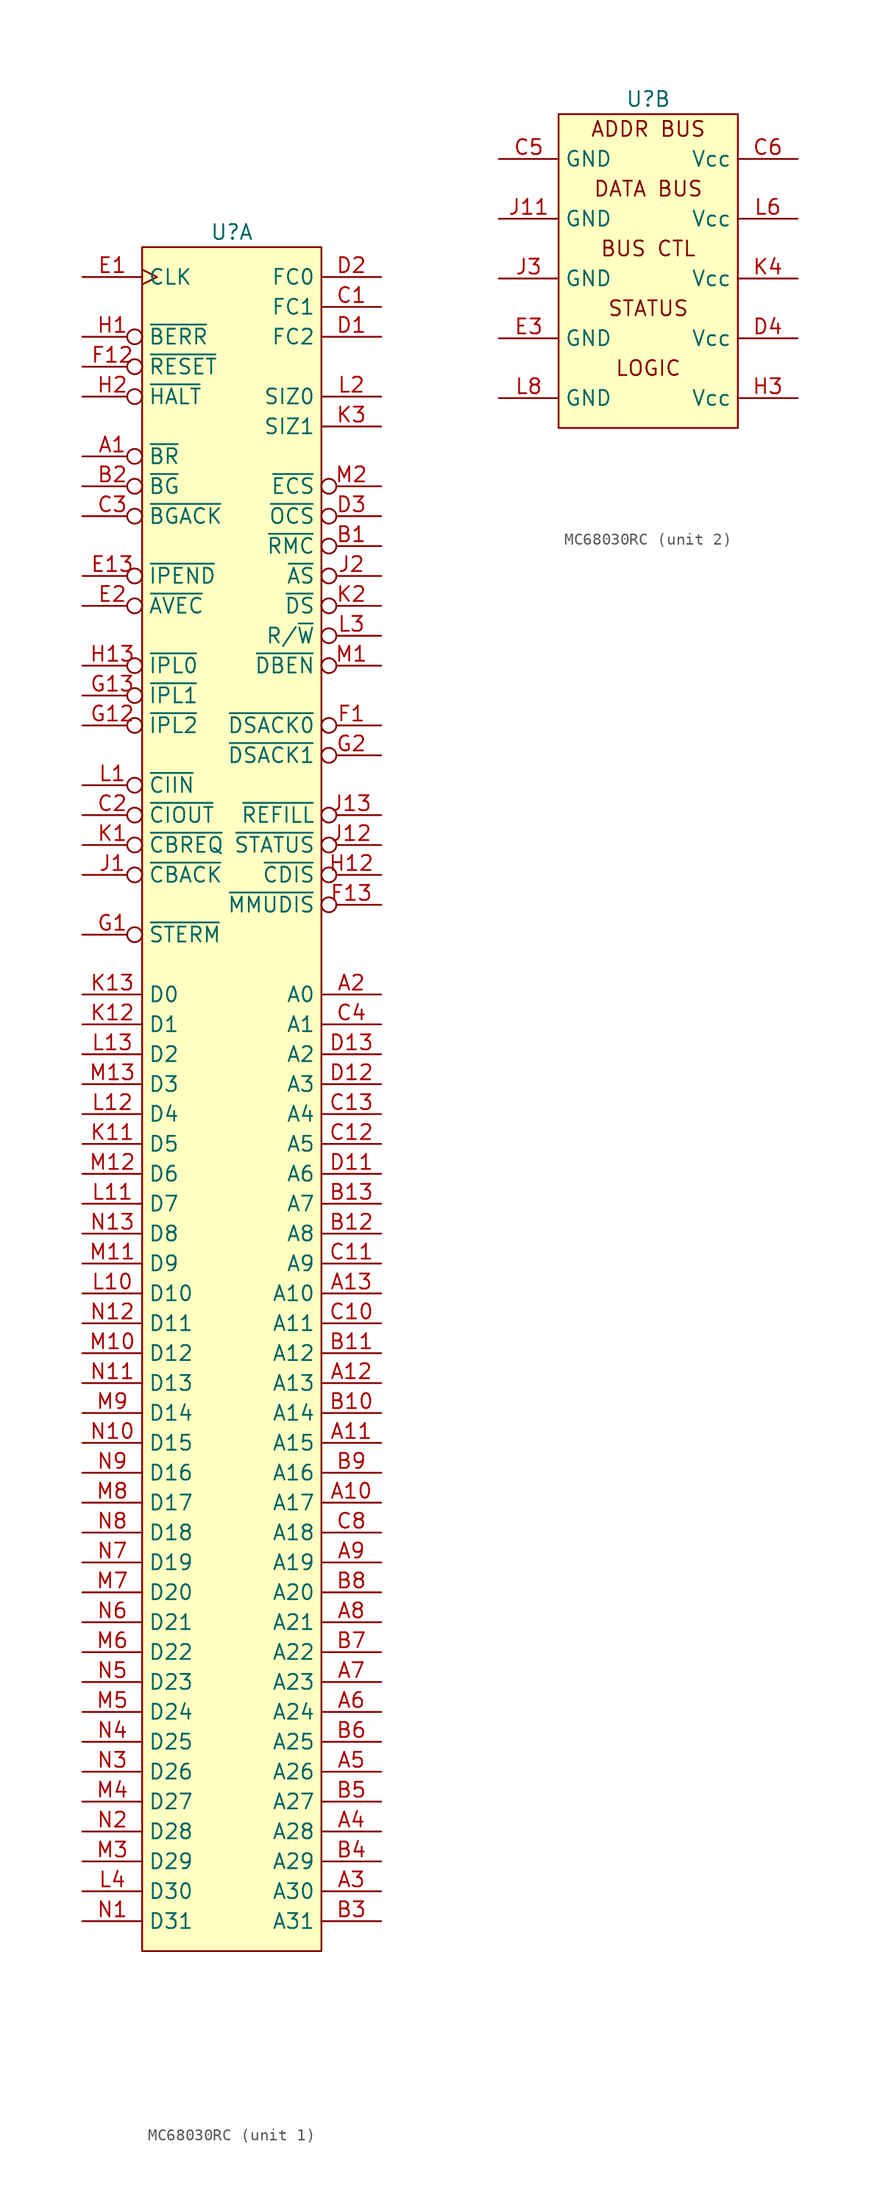
<source format=kicad_sym>
(kicad_symbol_lib
  (version 20220914)
  (generator kicad_symbol_editor)
  (symbol "MC68030RC"
    (property "Reference" "U"
      (at 0 1.27 0)
      (effects (font (size 1.27 1.27))))
    (property "Value" ""
      (at 0 0 0)
      (effects (font (size 1.27 1.27))))
    (property "ki_locked" ""
      (at 0 0 0)
      (effects (font (size 1.27 1.27))))
    (symbol "MC68030RC_1_1"
      (rectangle (start -7.62 0) (end 7.62 -144.78) (stroke (width 0) (type default)) (fill (type background)))
      (pin input inverted (at -12.7 -17.78 0) (length 5.08) (name "~{BR}" (effects (font (size 1.27 1.27)))) (number "A1" (effects (font (size 1.27 1.27)))))
      (pin output line (at 12.7 -106.68 180) (length 5.08) (name "A17" (effects (font (size 1.27 1.27)))) (number "A10" (effects (font (size 1.27 1.27)))))
      (pin output line (at 12.7 -101.6 180) (length 5.08) (name "A15" (effects (font (size 1.27 1.27)))) (number "A11" (effects (font (size 1.27 1.27)))))
      (pin output line (at 12.7 -96.52 180) (length 5.08) (name "A13" (effects (font (size 1.27 1.27)))) (number "A12" (effects (font (size 1.27 1.27)))))
      (pin output line (at 12.7 -88.9 180) (length 5.08) (name "A10" (effects (font (size 1.27 1.27)))) (number "A13" (effects (font (size 1.27 1.27)))))
      (pin output line (at 12.7 -63.5 180) (length 5.08) (name "A0" (effects (font (size 1.27 1.27)))) (number "A2" (effects (font (size 1.27 1.27)))))
      (pin output line (at 12.7 -139.7 180) (length 5.08) (name "A30" (effects (font (size 1.27 1.27)))) (number "A3" (effects (font (size 1.27 1.27)))))
      (pin output line (at 12.7 -134.62 180) (length 5.08) (name "A28" (effects (font (size 1.27 1.27)))) (number "A4" (effects (font (size 1.27 1.27)))))
      (pin output line (at 12.7 -129.54 180) (length 5.08) (name "A26" (effects (font (size 1.27 1.27)))) (number "A5" (effects (font (size 1.27 1.27)))))
      (pin output line (at 12.7 -124.46 180) (length 5.08) (name "A24" (effects (font (size 1.27 1.27)))) (number "A6" (effects (font (size 1.27 1.27)))))
      (pin output line (at 12.7 -121.92 180) (length 5.08) (name "A23" (effects (font (size 1.27 1.27)))) (number "A7" (effects (font (size 1.27 1.27)))))
      (pin output line (at 12.7 -116.84 180) (length 5.08) (name "A21" (effects (font (size 1.27 1.27)))) (number "A8" (effects (font (size 1.27 1.27)))))
      (pin output line (at 12.7 -111.76 180) (length 5.08) (name "A19" (effects (font (size 1.27 1.27)))) (number "A9" (effects (font (size 1.27 1.27)))))
      (pin output inverted (at 12.7 -25.4 180) (length 5.08) (name "~{RMC}" (effects (font (size 1.27 1.27)))) (number "B1" (effects (font (size 1.27 1.27)))))
      (pin output line (at 12.7 -99.06 180) (length 5.08) (name "A14" (effects (font (size 1.27 1.27)))) (number "B10" (effects (font (size 1.27 1.27)))))
      (pin output line (at 12.7 -93.98 180) (length 5.08) (name "A12" (effects (font (size 1.27 1.27)))) (number "B11" (effects (font (size 1.27 1.27)))))
      (pin output line (at 12.7 -83.82 180) (length 5.08) (name "A8" (effects (font (size 1.27 1.27)))) (number "B12" (effects (font (size 1.27 1.27)))))
      (pin output line (at 12.7 -81.28 180) (length 5.08) (name "A7" (effects (font (size 1.27 1.27)))) (number "B13" (effects (font (size 1.27 1.27)))))
      (pin output inverted (at -12.7 -20.32 0) (length 5.08) (name "~{BG}" (effects (font (size 1.27 1.27)))) (number "B2" (effects (font (size 1.27 1.27)))))
      (pin output line (at 12.7 -142.24 180) (length 5.08) (name "A31" (effects (font (size 1.27 1.27)))) (number "B3" (effects (font (size 1.27 1.27)))))
      (pin output line (at 12.7 -137.16 180) (length 5.08) (name "A29" (effects (font (size 1.27 1.27)))) (number "B4" (effects (font (size 1.27 1.27)))))
      (pin output line (at 12.7 -132.08 180) (length 5.08) (name "A27" (effects (font (size 1.27 1.27)))) (number "B5" (effects (font (size 1.27 1.27)))))
      (pin output line (at 12.7 -127 180) (length 5.08) (name "A25" (effects (font (size 1.27 1.27)))) (number "B6" (effects (font (size 1.27 1.27)))))
      (pin output line (at 12.7 -119.38 180) (length 5.08) (name "A22" (effects (font (size 1.27 1.27)))) (number "B7" (effects (font (size 1.27 1.27)))))
      (pin output line (at 12.7 -114.3 180) (length 5.08) (name "A20" (effects (font (size 1.27 1.27)))) (number "B8" (effects (font (size 1.27 1.27)))))
      (pin output line (at 12.7 -104.14 180) (length 5.08) (name "A16" (effects (font (size 1.27 1.27)))) (number "B9" (effects (font (size 1.27 1.27)))))
      (pin output line (at 12.7 -5.08 180) (length 5.08) (name "FC1" (effects (font (size 1.27 1.27)))) (number "C1" (effects (font (size 1.27 1.27)))))
      (pin output line (at 12.7 -91.44 180) (length 5.08) (name "A11" (effects (font (size 1.27 1.27)))) (number "C10" (effects (font (size 1.27 1.27)))))
      (pin output line (at 12.7 -86.36 180) (length 5.08) (name "A9" (effects (font (size 1.27 1.27)))) (number "C11" (effects (font (size 1.27 1.27)))))
      (pin output line (at 12.7 -76.2 180) (length 5.08) (name "A5" (effects (font (size 1.27 1.27)))) (number "C12" (effects (font (size 1.27 1.27)))))
      (pin output line (at 12.7 -73.66 180) (length 5.08) (name "A4" (effects (font (size 1.27 1.27)))) (number "C13" (effects (font (size 1.27 1.27)))))
      (pin output inverted (at -12.7 -48.26 0) (length 5.08) (name "~{CIOUT}" (effects (font (size 1.27 1.27)))) (number "C2" (effects (font (size 1.27 1.27)))))
      (pin input inverted (at -12.7 -22.86 0) (length 5.08) (name "~{BGACK}" (effects (font (size 1.27 1.27)))) (number "C3" (effects (font (size 1.27 1.27)))))
      (pin output line (at 12.7 -66.04 180) (length 5.08) (name "A1" (effects (font (size 1.27 1.27)))) (number "C4" (effects (font (size 1.27 1.27)))))
      (pin output line (at 12.7 -109.22 180) (length 5.08) (name "A18" (effects (font (size 1.27 1.27)))) (number "C8" (effects (font (size 1.27 1.27)))))
      (pin output line (at 12.7 -7.62 180) (length 5.08) (name "FC2" (effects (font (size 1.27 1.27)))) (number "D1" (effects (font (size 1.27 1.27)))))
      (pin output line (at 12.7 -78.74 180) (length 5.08) (name "A6" (effects (font (size 1.27 1.27)))) (number "D11" (effects (font (size 1.27 1.27)))))
      (pin output line (at 12.7 -71.12 180) (length 5.08) (name "A3" (effects (font (size 1.27 1.27)))) (number "D12" (effects (font (size 1.27 1.27)))))
      (pin output line (at 12.7 -68.58 180) (length 5.08) (name "A2" (effects (font (size 1.27 1.27)))) (number "D13" (effects (font (size 1.27 1.27)))))
      (pin output line (at 12.7 -2.54 180) (length 5.08) (name "FC0" (effects (font (size 1.27 1.27)))) (number "D2" (effects (font (size 1.27 1.27)))))
      (pin output inverted (at 12.7 -22.86 180) (length 5.08) (name "~{OCS}" (effects (font (size 1.27 1.27)))) (number "D3" (effects (font (size 1.27 1.27)))))
      (pin input clock (at -12.7 -2.54 0) (length 5.08) (name "CLK" (effects (font (size 1.27 1.27)))) (number "E1" (effects (font (size 1.27 1.27)))))
      (pin output inverted (at -12.7 -27.94 0) (length 5.08) (name "~{IPEND}" (effects (font (size 1.27 1.27)))) (number "E13" (effects (font (size 1.27 1.27)))))
      (pin input inverted (at -12.7 -30.48 0) (length 5.08) (name "~{AVEC}" (effects (font (size 1.27 1.27)))) (number "E2" (effects (font (size 1.27 1.27)))))
      (pin input inverted (at 12.7 -40.64 180) (length 5.08) (name "~{DSACK0}" (effects (font (size 1.27 1.27)))) (number "F1" (effects (font (size 1.27 1.27)))))
      (pin bidirectional inverted (at -12.7 -10.16 0) (length 5.08) (name "~{RESET}" (effects (font (size 1.27 1.27)))) (number "F12" (effects (font (size 1.27 1.27)))))
      (pin input inverted (at 12.7 -55.88 180) (length 5.08) (name "~{MMUDIS}" (effects (font (size 1.27 1.27)))) (number "F13" (effects (font (size 1.27 1.27)))))
      (pin input inverted (at -12.7 -58.42 0) (length 5.08) (name "~{STERM}" (effects (font (size 1.27 1.27)))) (number "G1" (effects (font (size 1.27 1.27)))))
      (pin input inverted (at -12.7 -40.64 0) (length 5.08) (name "~{IPL2}" (effects (font (size 1.27 1.27)))) (number "G12" (effects (font (size 1.27 1.27)))))
      (pin input inverted (at -12.7 -38.1 0) (length 5.08) (name "~{IPL1}" (effects (font (size 1.27 1.27)))) (number "G13" (effects (font (size 1.27 1.27)))))
      (pin input inverted (at 12.7 -43.18 180) (length 5.08) (name "~{DSACK1}" (effects (font (size 1.27 1.27)))) (number "G2" (effects (font (size 1.27 1.27)))))
      (pin input inverted (at -12.7 -7.62 0) (length 5.08) (name "~{BERR}" (effects (font (size 1.27 1.27)))) (number "H1" (effects (font (size 1.27 1.27)))))
      (pin input inverted (at 12.7 -53.34 180) (length 5.08) (name "~{CDIS}" (effects (font (size 1.27 1.27)))) (number "H12" (effects (font (size 1.27 1.27)))))
      (pin input inverted (at -12.7 -35.56 0) (length 5.08) (name "~{IPL0}" (effects (font (size 1.27 1.27)))) (number "H13" (effects (font (size 1.27 1.27)))))
      (pin bidirectional inverted (at -12.7 -12.7 0) (length 5.08) (name "~{HALT}" (effects (font (size 1.27 1.27)))) (number "H2" (effects (font (size 1.27 1.27)))))
      (pin input inverted (at -12.7 -53.34 0) (length 5.08) (name "~{CBACK}" (effects (font (size 1.27 1.27)))) (number "J1" (effects (font (size 1.27 1.27)))))
      (pin output inverted (at 12.7 -50.8 180) (length 5.08) (name "~{STATUS}" (effects (font (size 1.27 1.27)))) (number "J12" (effects (font (size 1.27 1.27)))))
      (pin output inverted (at 12.7 -48.26 180) (length 5.08) (name "~{REFILL}" (effects (font (size 1.27 1.27)))) (number "J13" (effects (font (size 1.27 1.27)))))
      (pin output inverted (at 12.7 -27.94 180) (length 5.08) (name "~{AS}" (effects (font (size 1.27 1.27)))) (number "J2" (effects (font (size 1.27 1.27)))))
      (pin output inverted (at -12.7 -50.8 0) (length 5.08) (name "~{CBREQ}" (effects (font (size 1.27 1.27)))) (number "K1" (effects (font (size 1.27 1.27)))))
      (pin bidirectional line (at -12.7 -76.2 0) (length 5.08) (name "D5" (effects (font (size 1.27 1.27)))) (number "K11" (effects (font (size 1.27 1.27)))))
      (pin bidirectional line (at -12.7 -66.04 0) (length 5.08) (name "D1" (effects (font (size 1.27 1.27)))) (number "K12" (effects (font (size 1.27 1.27)))))
      (pin bidirectional line (at -12.7 -63.5 0) (length 5.08) (name "D0" (effects (font (size 1.27 1.27)))) (number "K13" (effects (font (size 1.27 1.27)))))
      (pin output inverted (at 12.7 -30.48 180) (length 5.08) (name "~{DS}" (effects (font (size 1.27 1.27)))) (number "K2" (effects (font (size 1.27 1.27)))))
      (pin output line (at 12.7 -15.24 180) (length 5.08) (name "SIZ1" (effects (font (size 1.27 1.27)))) (number "K3" (effects (font (size 1.27 1.27)))))
      (pin input inverted (at -12.7 -45.72 0) (length 5.08) (name "~{CIIN}" (effects (font (size 1.27 1.27)))) (number "L1" (effects (font (size 1.27 1.27)))))
      (pin bidirectional line (at -12.7 -88.9 0) (length 5.08) (name "D10" (effects (font (size 1.27 1.27)))) (number "L10" (effects (font (size 1.27 1.27)))))
      (pin bidirectional line (at -12.7 -81.28 0) (length 5.08) (name "D7" (effects (font (size 1.27 1.27)))) (number "L11" (effects (font (size 1.27 1.27)))))
      (pin bidirectional line (at -12.7 -73.66 0) (length 5.08) (name "D4" (effects (font (size 1.27 1.27)))) (number "L12" (effects (font (size 1.27 1.27)))))
      (pin bidirectional line (at -12.7 -68.58 0) (length 5.08) (name "D2" (effects (font (size 1.27 1.27)))) (number "L13" (effects (font (size 1.27 1.27)))))
      (pin output line (at 12.7 -12.7 180) (length 5.08) (name "SIZ0" (effects (font (size 1.27 1.27)))) (number "L2" (effects (font (size 1.27 1.27)))))
      (pin output inverted (at 12.7 -33.02 180) (length 5.08) (name "R/~{W}" (effects (font (size 1.27 1.27)))) (number "L3" (effects (font (size 1.27 1.27)))))
      (pin bidirectional line (at -12.7 -139.7 0) (length 5.08) (name "D30" (effects (font (size 1.27 1.27)))) (number "L4" (effects (font (size 1.27 1.27)))))
      (pin output inverted (at 12.7 -35.56 180) (length 5.08) (name "~{DBEN}" (effects (font (size 1.27 1.27)))) (number "M1" (effects (font (size 1.27 1.27)))))
      (pin bidirectional line (at -12.7 -93.98 0) (length 5.08) (name "D12" (effects (font (size 1.27 1.27)))) (number "M10" (effects (font (size 1.27 1.27)))))
      (pin bidirectional line (at -12.7 -86.36 0) (length 5.08) (name "D9" (effects (font (size 1.27 1.27)))) (number "M11" (effects (font (size 1.27 1.27)))))
      (pin bidirectional line (at -12.7 -78.74 0) (length 5.08) (name "D6" (effects (font (size 1.27 1.27)))) (number "M12" (effects (font (size 1.27 1.27)))))
      (pin bidirectional line (at -12.7 -71.12 0) (length 5.08) (name "D3" (effects (font (size 1.27 1.27)))) (number "M13" (effects (font (size 1.27 1.27)))))
      (pin output inverted (at 12.7 -20.32 180) (length 5.08) (name "~{ECS}" (effects (font (size 1.27 1.27)))) (number "M2" (effects (font (size 1.27 1.27)))))
      (pin bidirectional line (at -12.7 -137.16 0) (length 5.08) (name "D29" (effects (font (size 1.27 1.27)))) (number "M3" (effects (font (size 1.27 1.27)))))
      (pin bidirectional line (at -12.7 -132.08 0) (length 5.08) (name "D27" (effects (font (size 1.27 1.27)))) (number "M4" (effects (font (size 1.27 1.27)))))
      (pin bidirectional line (at -12.7 -124.46 0) (length 5.08) (name "D24" (effects (font (size 1.27 1.27)))) (number "M5" (effects (font (size 1.27 1.27)))))
      (pin bidirectional line (at -12.7 -119.38 0) (length 5.08) (name "D22" (effects (font (size 1.27 1.27)))) (number "M6" (effects (font (size 1.27 1.27)))))
      (pin bidirectional line (at -12.7 -114.3 0) (length 5.08) (name "D20" (effects (font (size 1.27 1.27)))) (number "M7" (effects (font (size 1.27 1.27)))))
      (pin bidirectional line (at -12.7 -106.68 0) (length 5.08) (name "D17" (effects (font (size 1.27 1.27)))) (number "M8" (effects (font (size 1.27 1.27)))))
      (pin bidirectional line (at -12.7 -99.06 0) (length 5.08) (name "D14" (effects (font (size 1.27 1.27)))) (number "M9" (effects (font (size 1.27 1.27)))))
      (pin bidirectional line (at -12.7 -142.24 0) (length 5.08) (name "D31" (effects (font (size 1.27 1.27)))) (number "N1" (effects (font (size 1.27 1.27)))))
      (pin bidirectional line (at -12.7 -101.6 0) (length 5.08) (name "D15" (effects (font (size 1.27 1.27)))) (number "N10" (effects (font (size 1.27 1.27)))))
      (pin bidirectional line (at -12.7 -96.52 0) (length 5.08) (name "D13" (effects (font (size 1.27 1.27)))) (number "N11" (effects (font (size 1.27 1.27)))))
      (pin bidirectional line (at -12.7 -91.44 0) (length 5.08) (name "D11" (effects (font (size 1.27 1.27)))) (number "N12" (effects (font (size 1.27 1.27)))))
      (pin bidirectional line (at -12.7 -83.82 0) (length 5.08) (name "D8" (effects (font (size 1.27 1.27)))) (number "N13" (effects (font (size 1.27 1.27)))))
      (pin bidirectional line (at -12.7 -134.62 0) (length 5.08) (name "D28" (effects (font (size 1.27 1.27)))) (number "N2" (effects (font (size 1.27 1.27)))))
      (pin bidirectional line (at -12.7 -129.54 0) (length 5.08) (name "D26" (effects (font (size 1.27 1.27)))) (number "N3" (effects (font (size 1.27 1.27)))))
      (pin bidirectional line (at -12.7 -127 0) (length 5.08) (name "D25" (effects (font (size 1.27 1.27)))) (number "N4" (effects (font (size 1.27 1.27)))))
      (pin bidirectional line (at -12.7 -121.92 0) (length 5.08) (name "D23" (effects (font (size 1.27 1.27)))) (number "N5" (effects (font (size 1.27 1.27)))))
      (pin bidirectional line (at -12.7 -116.84 0) (length 5.08) (name "D21" (effects (font (size 1.27 1.27)))) (number "N6" (effects (font (size 1.27 1.27)))))
      (pin bidirectional line (at -12.7 -111.76 0) (length 5.08) (name "D19" (effects (font (size 1.27 1.27)))) (number "N7" (effects (font (size 1.27 1.27)))))
      (pin bidirectional line (at -12.7 -109.22 0) (length 5.08) (name "D18" (effects (font (size 1.27 1.27)))) (number "N8" (effects (font (size 1.27 1.27)))))
      (pin bidirectional line (at -12.7 -104.14 0) (length 5.08) (name "D16" (effects (font (size 1.27 1.27)))) (number "N9" (effects (font (size 1.27 1.27))))))
    (symbol "MC68030RC_2_1"
      (rectangle (start -7.62 0) (end 7.62 -26.67) (stroke (width 0) (type default)) (fill (type background)))
      (text "ADDR BUS" (at 0 -1.27 0) (effects (font (size 1.27 1.27))))
      (text "BUS CTL" (at 0 -11.43 0) (effects (font (size 1.27 1.27))))
      (text "DATA BUS" (at 0 -6.35 0) (effects (font (size 1.27 1.27))))
      (text "LOGIC" (at 0 -21.59 0) (effects (font (size 1.27 1.27))))
      (text "STATUS" (at 0 -16.51 0) (effects (font (size 1.27 1.27))))
      (pin power_in line (at -12.7 -3.81 0) (length 5.08) (name "GND" (effects (font (size 1.27 1.27)))) (number "C5" (effects (font (size 1.27 1.27)))))
      (pin power_in line (at 12.7 -3.81 180) (length 5.08) (name "Vcc" (effects (font (size 1.27 1.27)))) (number "C6" (effects (font (size 1.27 1.27)))))
      (pin power_in line (at -12.7 -3.81 0) (length 5.08) hide (name "GND" (effects (font (size 1.27 1.27)))) (number "C7" (effects (font (size 1.27 1.27)))))
      (pin power_in line (at -12.7 -3.81 0) (length 5.08) hide (name "GND" (effects (font (size 1.27 1.27)))) (number "C9" (effects (font (size 1.27 1.27)))))
      (pin power_in line (at 12.7 -3.81 180) (length 5.08) hide (name "Vcc" (effects (font (size 1.27 1.27)))) (number "D10" (effects (font (size 1.27 1.27)))))
      (pin power_in line (at 12.7 -19.05 180) (length 5.08) (name "Vcc" (effects (font (size 1.27 1.27)))) (number "D4" (effects (font (size 1.27 1.27)))))
      (pin no_connect non_logic (at 0 -31.75 90) (length 5.08) hide (name "NC" (effects (font (size 1.27 1.27)))) (number "D5" (effects (font (size 1.27 1.27)))))
      (pin power_in line (at -12.7 -3.81 0) (length 5.08) hide (name "GND" (effects (font (size 1.27 1.27)))) (number "E11" (effects (font (size 1.27 1.27)))))
      (pin no_connect non_logic (at 0 -31.75 90) (length 5.08) hide (name "NC" (effects (font (size 1.27 1.27)))) (number "E12" (effects (font (size 1.27 1.27)))))
      (pin power_in line (at -12.7 -19.05 0) (length 5.08) (name "GND" (effects (font (size 1.27 1.27)))) (number "E3" (effects (font (size 1.27 1.27)))))
      (pin no_connect non_logic (at 0 -31.75 90) (length 5.08) hide (name "NC" (effects (font (size 1.27 1.27)))) (number "F10" (effects (font (size 1.27 1.27)))))
      (pin power_in line (at 12.7 -24.13 180) (length 5.08) hide (name "Vcc" (effects (font (size 1.27 1.27)))) (number "F11" (effects (font (size 1.27 1.27)))))
      (pin power_in line (at 12.7 -24.13 180) (length 5.08) hide (name "Vcc" (effects (font (size 1.27 1.27)))) (number "F2" (effects (font (size 1.27 1.27)))))
      (pin power_in line (at -12.7 -24.13 0) (length 5.08) hide (name "GND" (effects (font (size 1.27 1.27)))) (number "F3" (effects (font (size 1.27 1.27)))))
      (pin no_connect non_logic (at 0 -31.75 90) (length 5.08) hide (name "NC" (effects (font (size 1.27 1.27)))) (number "F4" (effects (font (size 1.27 1.27)))))
      (pin power_in line (at -12.7 -24.13 0) (length 5.08) hide (name "GND" (effects (font (size 1.27 1.27)))) (number "G11" (effects (font (size 1.27 1.27)))))
      (pin power_in line (at -12.7 -24.13 0) (length 5.08) hide (name "GND" (effects (font (size 1.27 1.27)))) (number "G3" (effects (font (size 1.27 1.27)))))
      (pin power_in line (at 12.7 -24.13 180) (length 5.08) hide (name "Vcc" (effects (font (size 1.27 1.27)))) (number "H11" (effects (font (size 1.27 1.27)))))
      (pin power_in line (at 12.7 -24.13 180) (length 5.08) (name "Vcc" (effects (font (size 1.27 1.27)))) (number "H3" (effects (font (size 1.27 1.27)))))
      (pin power_in line (at -12.7 -8.89 0) (length 5.08) (name "GND" (effects (font (size 1.27 1.27)))) (number "J11" (effects (font (size 1.27 1.27)))))
      (pin power_in line (at -12.7 -13.97 0) (length 5.08) (name "GND" (effects (font (size 1.27 1.27)))) (number "J3" (effects (font (size 1.27 1.27)))))
      (pin power_in line (at 12.7 -8.89 180) (length 5.08) hide (name "Vcc" (effects (font (size 1.27 1.27)))) (number "K10" (effects (font (size 1.27 1.27)))))
      (pin power_in line (at 12.7 -13.97 180) (length 5.08) (name "Vcc" (effects (font (size 1.27 1.27)))) (number "K4" (effects (font (size 1.27 1.27)))))
      (pin no_connect non_logic (at 0 -31.75 90) (length 5.08) hide (name "NC" (effects (font (size 1.27 1.27)))) (number "K5" (effects (font (size 1.27 1.27)))))
      (pin power_in line (at -12.7 -8.89 0) (length 5.08) hide (name "GND" (effects (font (size 1.27 1.27)))) (number "L5" (effects (font (size 1.27 1.27)))))
      (pin power_in line (at 12.7 -8.89 180) (length 5.08) (name "Vcc" (effects (font (size 1.27 1.27)))) (number "L6" (effects (font (size 1.27 1.27)))))
      (pin power_in line (at -12.7 -8.89 0) (length 5.08) hide (name "GND" (effects (font (size 1.27 1.27)))) (number "L7" (effects (font (size 1.27 1.27)))))
      (pin power_in line (at -12.7 -24.13 0) (length 5.08) (name "GND" (effects (font (size 1.27 1.27)))) (number "L8" (effects (font (size 1.27 1.27)))))
      (pin power_in line (at -12.7 -8.89 0) (length 5.08) hide (name "GND" (effects (font (size 1.27 1.27)))) (number "L9" (effects (font (size 1.27 1.27))))))))
</source>
